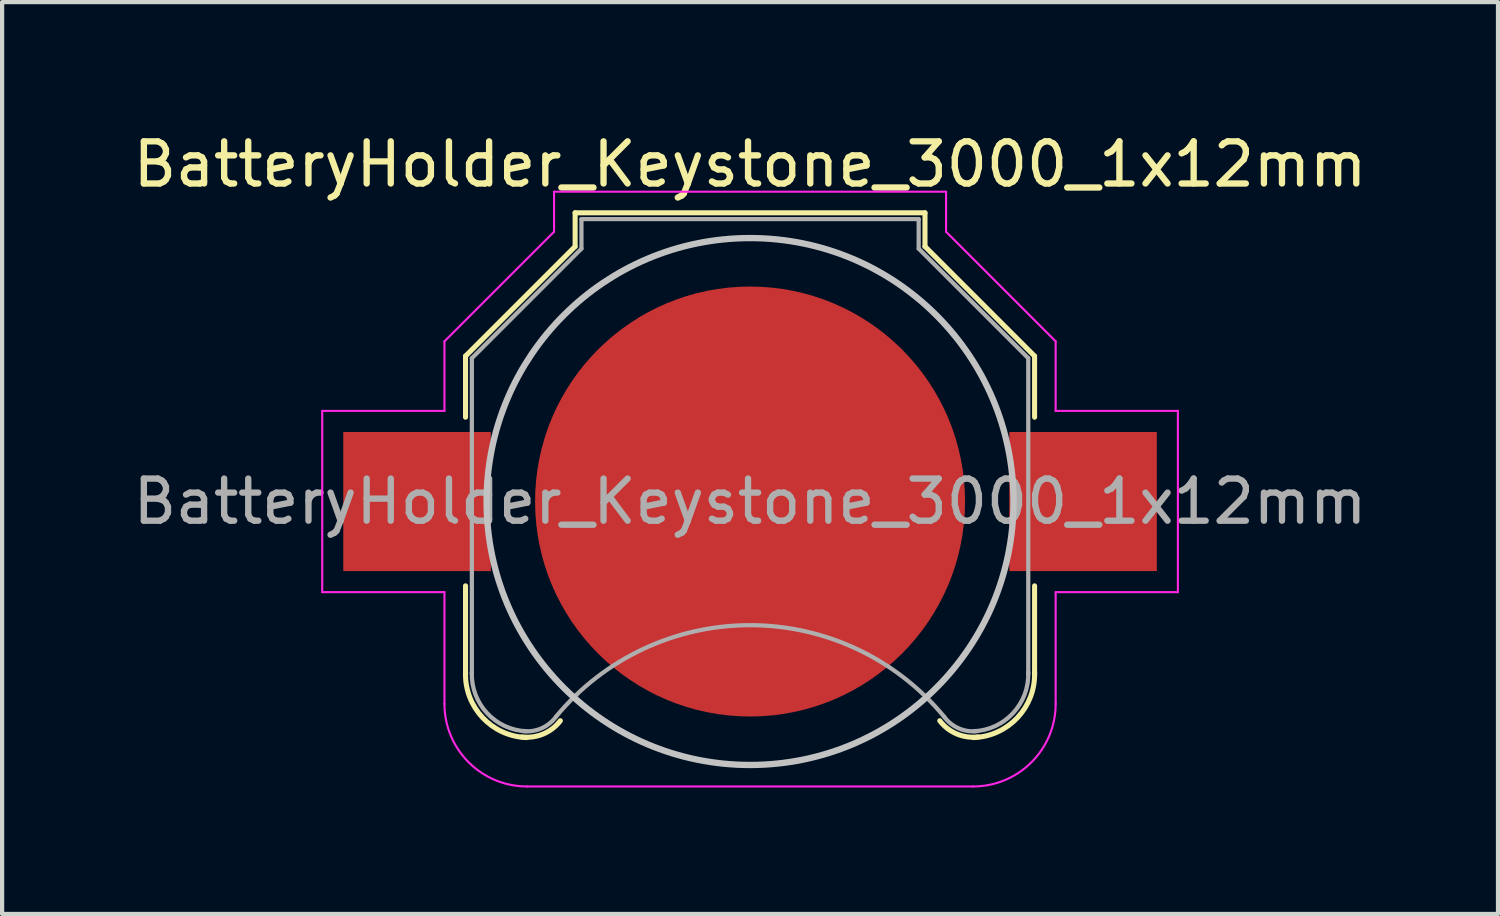
<source format=kicad_pcb>
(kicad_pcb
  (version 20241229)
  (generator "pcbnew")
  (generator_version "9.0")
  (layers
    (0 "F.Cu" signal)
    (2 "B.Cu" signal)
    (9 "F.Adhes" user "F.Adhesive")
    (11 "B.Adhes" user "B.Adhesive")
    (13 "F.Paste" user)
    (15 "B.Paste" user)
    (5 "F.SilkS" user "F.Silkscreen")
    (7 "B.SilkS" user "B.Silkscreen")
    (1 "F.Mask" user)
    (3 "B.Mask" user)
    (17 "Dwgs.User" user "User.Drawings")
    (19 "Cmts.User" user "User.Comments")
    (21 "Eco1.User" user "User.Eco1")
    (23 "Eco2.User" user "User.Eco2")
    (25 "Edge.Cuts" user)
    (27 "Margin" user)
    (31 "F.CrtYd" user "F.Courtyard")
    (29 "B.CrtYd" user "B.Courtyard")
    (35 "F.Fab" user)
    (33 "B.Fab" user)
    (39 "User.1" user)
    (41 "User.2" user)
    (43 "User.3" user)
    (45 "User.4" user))
  (footprint "BatteryHolder_Keystone_3000_1x12mm"
    (layer "F.Cu")
    (at 14.744 8.848)
    (property "Reference" "BatteryHolder_Keystone_3000_1x12mm" (at 0 -8 0) (layer "F.SilkS") (effects (font (size 1 1) (thickness 0.15))))
    (attr smd)
    (fp_line (start -6.75 -3.45) (end -4.15 -6.05) (stroke (width 0.12) (type solid)) (layer "F.SilkS"))
    (fp_line (start -6.75 -2) (end -6.75 -3.45) (stroke (width 0.12) (type solid)) (layer "F.SilkS"))
    (fp_line (start -6.75 2) (end -6.75 4.1) (stroke (width 0.12) (type solid)) (layer "F.SilkS"))
    (fp_line (start -4.15 -6.85) (end 4.15 -6.85) (stroke (width 0.12) (type solid)) (layer "F.SilkS"))
    (fp_line (start -4.15 -6.05) (end -4.15 -6.85) (stroke (width 0.12) (type solid)) (layer "F.SilkS"))
    (fp_line (start 4.15 -6.85) (end 4.15 -6.05) (stroke (width 0.12) (type solid)) (layer "F.SilkS"))
    (fp_line (start 4.15 -6.05) (end 6.75 -3.45) (stroke (width 0.12) (type solid)) (layer "F.SilkS"))
    (fp_line (start 6.75 -3.45) (end 6.75 -2) (stroke (width 0.12) (type solid)) (layer "F.SilkS"))
    (fp_line (start 6.75 2) (end 6.75 4.1) (stroke (width 0.12) (type solid)) (layer "F.SilkS"))
    (fp_arc (start -5.3 5.6) (mid -6.346016 5.125305) (end -6.75 4.05) (stroke (width 0.12) (type solid)) (layer "F.SilkS"))
    (fp_arc (start -4.5 5.2) (mid -4.90584 5.514615) (end -5.414615 5.58416) (stroke (width 0.12) (type solid)) (layer "F.SilkS"))
    (fp_arc (start 5.414615 5.58416) (mid 4.90584 5.514615) (end 4.5 5.2) (stroke (width 0.12) (type solid)) (layer "F.SilkS"))
    (fp_arc (start 6.75 4.05) (mid 6.346016 5.125305) (end 5.3 5.6) (stroke (width 0.12) (type solid)) (layer "F.SilkS"))
    (fp_circle (center 0 0) (end 0 6.25) (stroke (width 0.15) (type solid)) (fill no) (layer "Dwgs.User"))
    (fp_line (start -10.15 -2.15) (end -10.15 2.15) (stroke (width 0.05) (type solid)) (layer "F.CrtYd"))
    (fp_line (start -10.15 2.15) (end -7.25 2.15) (stroke (width 0.05) (type solid)) (layer "F.CrtYd"))
    (fp_line (start -7.25 -3.8) (end -4.65 -6.4) (stroke (width 0.05) (type solid)) (layer "F.CrtYd"))
    (fp_line (start -7.25 -2.15) (end -10.15 -2.15) (stroke (width 0.05) (type solid)) (layer "F.CrtYd"))
    (fp_line (start -7.25 -2.15) (end -7.25 -3.8) (stroke (width 0.05) (type solid)) (layer "F.CrtYd"))
    (fp_line (start -7.25 2.15) (end -7.25 4.8) (stroke (width 0.05) (type solid)) (layer "F.CrtYd"))
    (fp_line (start -5.29 6.76) (end 5.29 6.76) (stroke (width 0.05) (type solid)) (layer "F.CrtYd"))
    (fp_line (start -4.65 -7.35) (end 4.65 -7.35) (stroke (width 0.05) (type solid)) (layer "F.CrtYd"))
    (fp_line (start -4.65 -6.4) (end -4.65 -7.35) (stroke (width 0.05) (type solid)) (layer "F.CrtYd"))
    (fp_line (start 4.65 -6.4) (end 4.65 -7.35) (stroke (width 0.05) (type solid)) (layer "F.CrtYd"))
    (fp_line (start 7.25 -3.8) (end 4.65 -6.4) (stroke (width 0.05) (type solid)) (layer "F.CrtYd"))
    (fp_line (start 7.25 -2.15) (end 7.25 -3.8) (stroke (width 0.05) (type solid)) (layer "F.CrtYd"))
    (fp_line (start 7.25 -2.15) (end 10.15 -2.15) (stroke (width 0.05) (type solid)) (layer "F.CrtYd"))
    (fp_line (start 7.25 2.15) (end 7.25 4.8) (stroke (width 0.05) (type solid)) (layer "F.CrtYd"))
    (fp_line (start 10.15 -2.15) (end 10.15 2.15) (stroke (width 0.05) (type solid)) (layer "F.CrtYd"))
    (fp_line (start 10.15 2.15) (end 7.25 2.15) (stroke (width 0.05) (type solid)) (layer "F.CrtYd"))
    (fp_arc (start -5.29 6.76) (mid -6.675929 6.185929) (end -7.25 4.8) (stroke (width 0.05) (type solid)) (layer "F.CrtYd"))
    (fp_arc (start 7.25 4.8) (mid 6.675929 6.185929) (end 5.29 6.76) (stroke (width 0.05) (type solid)) (layer "F.CrtYd"))
    (fp_line (start -6.6 -3.4) (end -6.6 4.1) (stroke (width 0.1) (type solid)) (layer "F.Fab"))
    (fp_line (start -4 -6.7) (end -4 -6) (stroke (width 0.1) (type solid)) (layer "F.Fab"))
    (fp_line (start -4 -6.7) (end 4 -6.7) (stroke (width 0.1) (type solid)) (layer "F.Fab"))
    (fp_line (start -4 -6) (end -6.6 -3.4) (stroke (width 0.1) (type solid)) (layer "F.Fab"))
    (fp_line (start 4 -6.7) (end 4 -6) (stroke (width 0.1) (type solid)) (layer "F.Fab"))
    (fp_line (start 4 -6) (end 6.6 -3.4) (stroke (width 0.1) (type solid)) (layer "F.Fab"))
    (fp_line (start 6.6 -3.4) (end 6.6 4.1) (stroke (width 0.1) (type solid)) (layer "F.Fab"))
    (fp_arc (start -5.3 5.45) (mid -6.239949 5.019239) (end -6.6 4.05) (stroke (width 0.1) (type solid)) (layer "F.Fab"))
    (fp_arc (start -4.6 5.1) (mid -4.942443 5.378013) (end -5.378013 5.447558) (stroke (width 0.1) (type solid)) (layer "F.Fab"))
    (fp_arc (start -4.6 5.1) (mid 0.006214 2.93343) (end 4.607905 5.109589) (stroke (width 0.1) (type solid)) (layer "F.Fab"))
    (fp_arc (start 5.378013 5.447558) (mid 4.942442 5.378013) (end 4.6 5.1) (stroke (width 0.1) (type solid)) (layer "F.Fab"))
    (fp_arc (start 6.6 4.05) (mid 6.239949 5.019239) (end 5.3 5.45) (stroke (width 0.1) (type solid)) (layer "F.Fab"))
    (fp_text user "${REFERENCE}" (at 0 0 0) (layer "F.Fab") (effects (font (size 1 1) (thickness 0.15))))
    (pad "1" smd rect (at -7.9 0) (size 3.5 3.3) (layers "F.Cu" "F.Mask" "F.Paste"))
    (pad "1" smd rect (at 7.9 0) (size 3.5 3.3) (layers "F.Cu" "F.Mask" "F.Paste"))
    (pad "2" smd circle (at 0 0) (size 10.2 10.2) (layers "F.Cu" "F.Mask")))
  (gr_rect
    (start -3 -3)
    (end 32.488 18.633)
    (stroke (width 0.1) (type default))
    (fill no)
    (layer "Edge.Cuts")))
</source>
